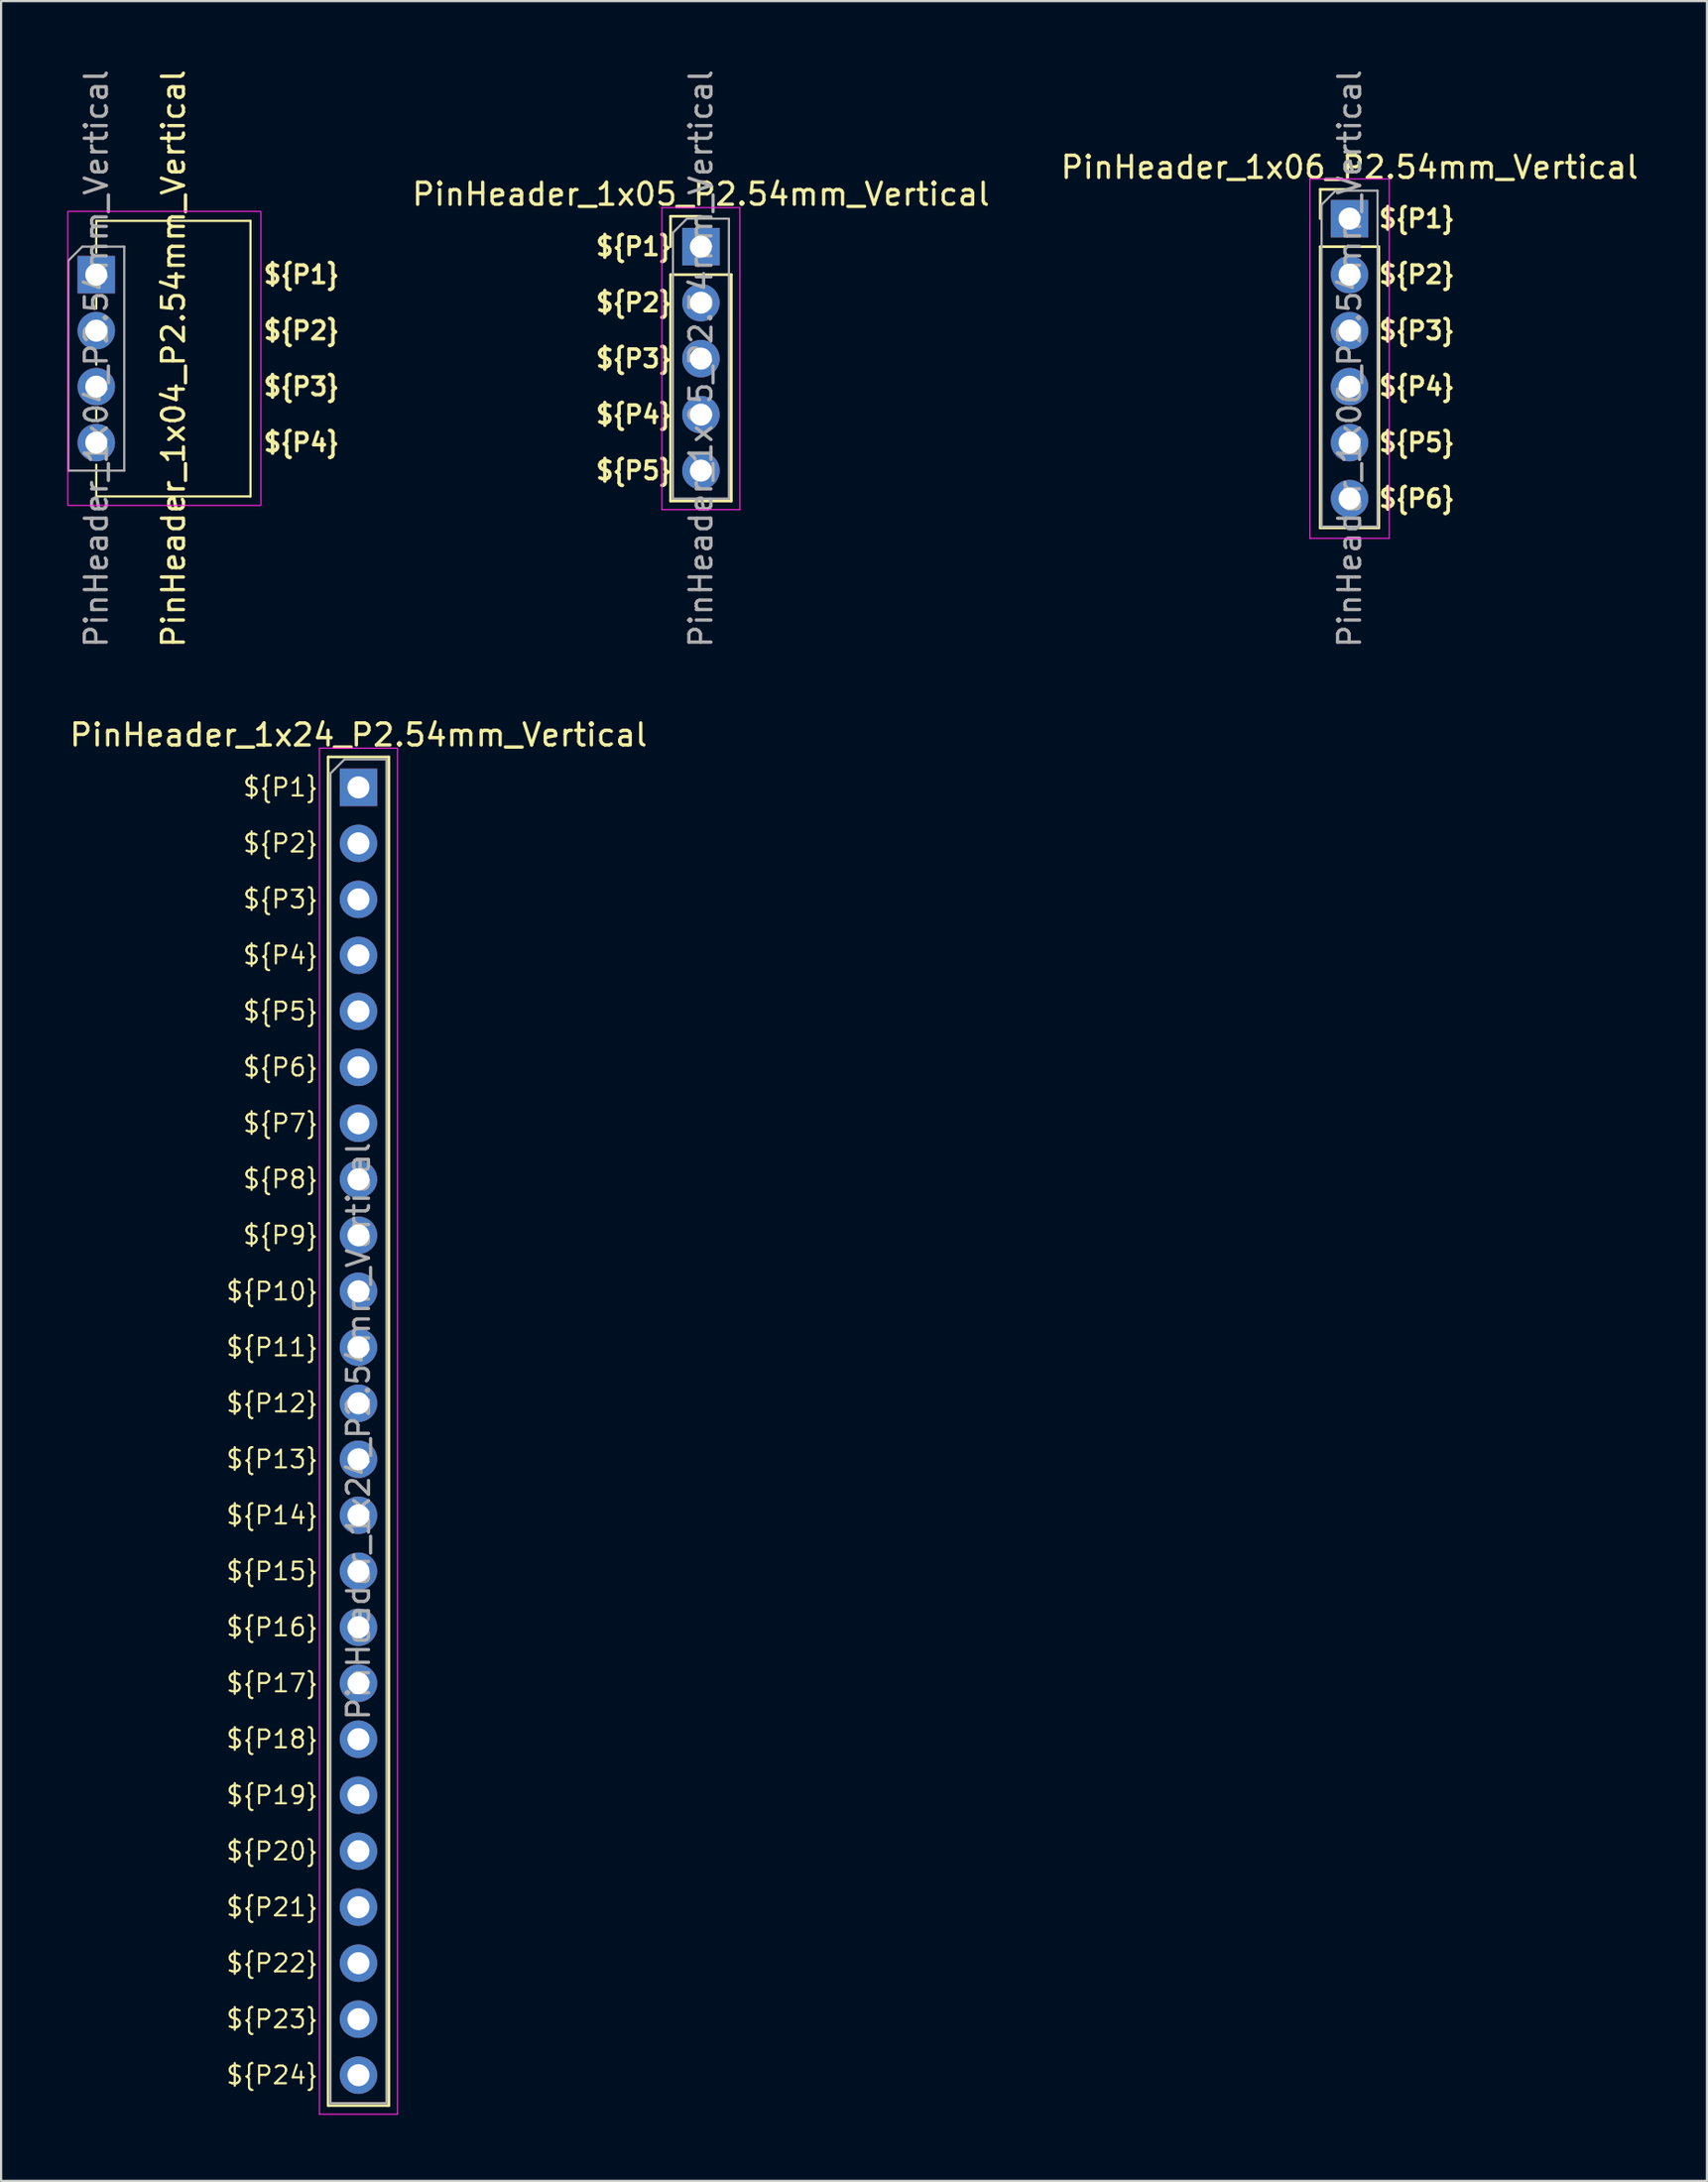
<source format=kicad_pcb>
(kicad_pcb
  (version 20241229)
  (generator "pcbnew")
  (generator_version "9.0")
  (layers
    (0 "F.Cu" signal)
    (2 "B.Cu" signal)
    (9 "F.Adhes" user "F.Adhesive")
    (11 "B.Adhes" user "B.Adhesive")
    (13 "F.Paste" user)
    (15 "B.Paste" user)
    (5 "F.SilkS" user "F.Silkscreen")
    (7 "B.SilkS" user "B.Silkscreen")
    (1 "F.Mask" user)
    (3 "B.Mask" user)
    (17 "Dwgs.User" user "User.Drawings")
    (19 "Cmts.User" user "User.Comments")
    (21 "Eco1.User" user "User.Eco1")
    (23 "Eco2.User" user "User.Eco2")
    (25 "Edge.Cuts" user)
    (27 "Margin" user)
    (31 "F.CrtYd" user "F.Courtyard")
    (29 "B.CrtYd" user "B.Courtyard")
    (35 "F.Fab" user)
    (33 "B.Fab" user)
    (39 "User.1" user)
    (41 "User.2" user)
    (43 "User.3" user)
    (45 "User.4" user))
  (footprint "PinHeader_1x04_P2.54mm_Vertical"
    (layer "F.Cu")
    (at 1.32 9.41)
    (property "Reference" "PinHeader_1x04_P2.54mm_Vertical" (at 3.5 3.81 90) (layer "F.SilkS") (effects (font (size 1 1) (thickness 0.15))))
    (attr through_hole)
    (fp_line (start 0 -2.44) (end 0 -1) (stroke (width 0.1) (type solid)) (layer "F.SilkS"))
    (fp_line (start 0 1.54) (end 0 1) (stroke (width 0.1) (type solid)) (layer "F.SilkS"))
    (fp_line (start 0 4.08) (end 0 3.54) (stroke (width 0.1) (type solid)) (layer "F.SilkS"))
    (fp_line (start 0 6.62) (end 0 6.08) (stroke (width 0.1) (type solid)) (layer "F.SilkS"))
    (fp_line (start 0 10.033) (end 0 8.62) (stroke (width 0.1) (type solid)) (layer "F.SilkS"))
    (fp_line (start 7 -2.44) (end 0 -2.44) (stroke (width 0.1) (type solid)) (layer "F.SilkS"))
    (fp_line (start 7 -2.44) (end 7 10.06) (stroke (width 0.1) (type default)) (layer "F.SilkS"))
    (fp_line (start 7 10.06) (end 0 10.06) (stroke (width 0.1) (type solid)) (layer "F.SilkS"))
    (fp_rect (start -1.292 -2.871) (end 7.47 10.469) (stroke (width 0.05) (type solid)) (fill no) (layer "F.CrtYd"))
    (fp_line (start -1.27 -0.635) (end -0.635 -1.27) (stroke (width 0.1) (type solid)) (layer "F.Fab"))
    (fp_line (start -1.27 8.89) (end -1.27 -0.635) (stroke (width 0.1) (type solid)) (layer "F.Fab"))
    (fp_line (start -0.635 -1.27) (end 1.27 -1.27) (stroke (width 0.1) (type solid)) (layer "F.Fab"))
    (fp_line (start 1.27 -1.27) (end 1.27 8.89) (stroke (width 0.1) (type solid)) (layer "F.Fab"))
    (fp_line (start 1.27 8.89) (end -1.27 8.89) (stroke (width 0.1) (type solid)) (layer "F.Fab"))
    (fp_text user "${P4}" (at 7.512 7.62 0) (layer "F.SilkS") (effects (font (size 0.8 0.8) (thickness 0.16) (bold yes)) (justify left)))
    (fp_text user "${P3}" (at 7.512 5.08 0) (layer "F.SilkS") (effects (font (size 0.8 0.8) (thickness 0.16) (bold yes)) (justify left)))
    (fp_text user "${P2}" (at 7.512 2.54 0) (layer "F.SilkS") (effects (font (size 0.8 0.8) (thickness 0.16) (bold yes)) (justify left)))
    (fp_text user "${P1}" (at 7.512 0 0) (layer "F.SilkS") (effects (font (size 0.8 0.8) (thickness 0.16) (bold yes)) (justify left)))
    (fp_text user "${REFERENCE}" (at 0 3.81 90) (layer "F.Fab") (effects (font (size 1 1) (thickness 0.15))))
    (pad "1" thru_hole rect (at 0 0) (size 1.7 1.7) (drill 1) (layers "*.Cu" "*.Mask"))
    (pad "2" thru_hole oval (at 0 2.54) (size 1.7 1.7) (drill 1) (layers "*.Cu" "*.Mask"))
    (pad "3" thru_hole oval (at 0 5.08) (size 1.7 1.7) (drill 1) (layers "*.Cu" "*.Mask"))
    (pad "4" thru_hole oval (at 0 7.62) (size 1.7 1.7) (drill 1) (layers "*.Cu" "*.Mask")))
  (footprint "PinHeader_1x05_P2.54mm_Vertical"
    (layer "F.Cu")
    (at 28.763 8.14)
    (property "Reference" "PinHeader_1x05_P2.54mm_Vertical" (at 0 -2.38 0) (layer "F.SilkS") (effects (font (size 1 1) (thickness 0.15))))
    (attr through_hole)
    (fp_line (start -1.38 -1.38) (end 0 -1.38) (stroke (width 0.12) (type solid)) (layer "F.SilkS"))
    (fp_line (start -1.38 0) (end -1.38 -1.38) (stroke (width 0.12) (type solid)) (layer "F.SilkS"))
    (fp_line (start -1.38 1.27) (end -1.38 11.54) (stroke (width 0.12) (type solid)) (layer "F.SilkS"))
    (fp_line (start -1.38 1.27) (end 1.38 1.27) (stroke (width 0.12) (type solid)) (layer "F.SilkS"))
    (fp_line (start -1.38 11.54) (end 1.38 11.54) (stroke (width 0.12) (type solid)) (layer "F.SilkS"))
    (fp_line (start 1.38 1.27) (end 1.38 11.54) (stroke (width 0.12) (type solid)) (layer "F.SilkS"))
    (fp_line (start -1.77 -1.77) (end -1.77 11.93) (stroke (width 0.05) (type solid)) (layer "F.CrtYd"))
    (fp_line (start -1.77 11.93) (end 1.77 11.93) (stroke (width 0.05) (type solid)) (layer "F.CrtYd"))
    (fp_line (start 1.77 -1.77) (end -1.77 -1.77) (stroke (width 0.05) (type solid)) (layer "F.CrtYd"))
    (fp_line (start 1.77 11.93) (end 1.77 -1.77) (stroke (width 0.05) (type solid)) (layer "F.CrtYd"))
    (fp_line (start -1.27 -0.635) (end -0.635 -1.27) (stroke (width 0.1) (type solid)) (layer "F.Fab"))
    (fp_line (start -1.27 11.43) (end -1.27 -0.635) (stroke (width 0.1) (type solid)) (layer "F.Fab"))
    (fp_line (start -0.635 -1.27) (end 1.27 -1.27) (stroke (width 0.1) (type solid)) (layer "F.Fab"))
    (fp_line (start 1.27 -1.27) (end 1.27 11.43) (stroke (width 0.1) (type solid)) (layer "F.Fab"))
    (fp_line (start 1.27 11.43) (end -1.27 11.43) (stroke (width 0.1) (type solid)) (layer "F.Fab"))
    (fp_text user "${P2}" (at -3.048 2.54 0) (layer "F.SilkS") (effects (font (size 0.8 0.8) (thickness 0.16) (bold yes))))
    (fp_text user "${P1}" (at -3.048 0 0) (layer "F.SilkS") (effects (font (size 0.8 0.8) (thickness 0.16) (bold yes))))
    (fp_text user "${P5}" (at -3.048 10.16 0) (layer "F.SilkS") (effects (font (size 0.8 0.8) (thickness 0.16) (bold yes))))
    (fp_text user "${P4}" (at -3.048 7.62 0) (layer "F.SilkS") (effects (font (size 0.8 0.8) (thickness 0.16) (bold yes))))
    (fp_text user "${P3}" (at -3.048 5.08 0) (layer "F.SilkS") (effects (font (size 0.8 0.8) (thickness 0.16) (bold yes))))
    (fp_text user "${REFERENCE}" (at 0 5.08 90) (layer "F.Fab") (effects (font (size 1 1) (thickness 0.15))))
    (pad "1" thru_hole rect (at 0 0) (size 1.7 1.7) (drill 1) (layers "*.Cu" "*.Mask"))
    (pad "2" thru_hole circle (at 0 2.54) (size 1.7 1.7) (drill 1) (layers "*.Cu" "*.Mask"))
    (pad "3" thru_hole circle (at 0 5.08) (size 1.7 1.7) (drill 1) (layers "*.Cu" "*.Mask"))
    (pad "4" thru_hole circle (at 0 7.62) (size 1.7 1.7) (drill 1) (layers "*.Cu" "*.Mask"))
    (pad "5" thru_hole circle (at 0 10.16) (size 1.7 1.7) (drill 1) (layers "*.Cu" "*.Mask")))
  (footprint "PinHeader_1x24_P2.54mm_Vertical"
    (layer "F.Cu")
    (at 13.22 32.669)
    (property "Reference" "PinHeader_1x24_P2.54mm_Vertical" (at 0 -2.38 0) (layer "F.SilkS") (effects (font (size 1 1) (thickness 0.15))))
    (attr through_hole)
    (fp_line (start -1.38 -1.38) (end -1.38 59.8) (stroke (width 0.12) (type solid)) (layer "F.SilkS"))
    (fp_line (start -1.38 -1.38) (end 1.38 -1.38) (stroke (width 0.12) (type solid)) (layer "F.SilkS"))
    (fp_line (start -1.38 59.8) (end 1.38 59.8) (stroke (width 0.12) (type solid)) (layer "F.SilkS"))
    (fp_line (start 1.38 -1.38) (end 1.38 59.8) (stroke (width 0.12) (type solid)) (layer "F.SilkS"))
    (fp_line (start -1.77 -1.78) (end -1.77 60.19) (stroke (width 0.05) (type solid)) (layer "F.CrtYd"))
    (fp_line (start -1.77 60.19) (end 1.77 60.19) (stroke (width 0.05) (type solid)) (layer "F.CrtYd"))
    (fp_line (start 1.77 -1.78) (end -1.77 -1.78) (stroke (width 0.05) (type solid)) (layer "F.CrtYd"))
    (fp_line (start 1.77 60.19) (end 1.77 -1.78) (stroke (width 0.05) (type solid)) (layer "F.CrtYd"))
    (fp_line (start -1.27 -0.635) (end -0.635 -1.27) (stroke (width 0.1) (type solid)) (layer "F.Fab"))
    (fp_line (start -1.27 59.69) (end -1.27 -0.635) (stroke (width 0.1) (type solid)) (layer "F.Fab"))
    (fp_line (start -0.635 -1.27) (end 1.27 -1.27) (stroke (width 0.1) (type solid)) (layer "F.Fab"))
    (fp_line (start 1.27 -1.27) (end 1.27 59.69) (stroke (width 0.1) (type solid)) (layer "F.Fab"))
    (fp_line (start 1.27 59.69) (end -1.27 59.69) (stroke (width 0.1) (type solid)) (layer "F.Fab"))
    (fp_text user "${P6}" (at -1.778 12.7 0) (unlocked yes) (layer "F.SilkS") (effects (font (size 0.8 0.8) (thickness 0.1)) (justify right)))
    (fp_text user "${P4}" (at -1.778 7.62 0) (unlocked yes) (layer "F.SilkS") (effects (font (size 0.8 0.8) (thickness 0.1)) (justify right)))
    (fp_text user "${P24}" (at -1.778 58.42 0) (unlocked yes) (layer "F.SilkS") (effects (font (size 0.8 0.8) (thickness 0.1)) (justify right)))
    (fp_text user "${P22}" (at -1.778 53.34 0) (unlocked yes) (layer "F.SilkS") (effects (font (size 0.8 0.8) (thickness 0.1)) (justify right)))
    (fp_text user "${P3}" (at -1.778 5.08 0) (unlocked yes) (layer "F.SilkS") (effects (font (size 0.8 0.8) (thickness 0.1)) (justify right)))
    (fp_text user "${P19}" (at -1.778 45.72 0) (unlocked yes) (layer "F.SilkS") (effects (font (size 0.8 0.8) (thickness 0.1)) (justify right)))
    (fp_text user "${P18}" (at -1.778 43.18 0) (unlocked yes) (layer "F.SilkS") (effects (font (size 0.8 0.8) (thickness 0.1)) (justify right)))
    (fp_text user "${P17}" (at -1.778 40.64 0) (unlocked yes) (layer "F.SilkS") (effects (font (size 0.8 0.8) (thickness 0.1)) (justify right)))
    (fp_text user "${P9}" (at -1.778 20.32 0) (unlocked yes) (layer "F.SilkS") (effects (font (size 0.8 0.8) (thickness 0.1)) (justify right)))
    (fp_text user "${P23}" (at -1.778 55.88 0) (unlocked yes) (layer "F.SilkS") (effects (font (size 0.8 0.8) (thickness 0.1)) (justify right)))
    (fp_text user "${P11}" (at -1.778 25.4 0) (unlocked yes) (layer "F.SilkS") (effects (font (size 0.8 0.8) (thickness 0.1)) (justify right)))
    (fp_text user "${P21}" (at -1.778 50.8 0) (unlocked yes) (layer "F.SilkS") (effects (font (size 0.8 0.8) (thickness 0.1)) (justify right)))
    (fp_text user "${P7}" (at -1.778 15.24 0) (unlocked yes) (layer "F.SilkS") (effects (font (size 0.8 0.8) (thickness 0.1)) (justify right)))
    (fp_text user "${P10}" (at -1.778 22.86 0) (unlocked yes) (layer "F.SilkS") (effects (font (size 0.8 0.8) (thickness 0.1)) (justify right)))
    (fp_text user "${P5}" (at -1.778 10.16 0) (unlocked yes) (layer "F.SilkS") (effects (font (size 0.8 0.8) (thickness 0.1)) (justify right)))
    (fp_text user "${P2}" (at -1.778 2.54 0) (unlocked yes) (layer "F.SilkS") (effects (font (size 0.8 0.8) (thickness 0.1)) (justify right)))
    (fp_text user "${P15}" (at -1.778 35.56 0) (unlocked yes) (layer "F.SilkS") (effects (font (size 0.8 0.8) (thickness 0.1)) (justify right)))
    (fp_text user "${P8}" (at -1.778 17.78 0) (unlocked yes) (layer "F.SilkS") (effects (font (size 0.8 0.8) (thickness 0.1)) (justify right)))
    (fp_text user "${P16}" (at -1.778 38.1 0) (unlocked yes) (layer "F.SilkS") (effects (font (size 0.8 0.8) (thickness 0.1)) (justify right)))
    (fp_text user "${P20}" (at -1.778 48.26 0) (unlocked yes) (layer "F.SilkS") (effects (font (size 0.8 0.8) (thickness 0.1)) (justify right)))
    (fp_text user "${P13}" (at -1.778 30.48 0) (unlocked yes) (layer "F.SilkS") (effects (font (size 0.8 0.8) (thickness 0.1)) (justify right)))
    (fp_text user "${P14}" (at -1.778 33.02 0) (unlocked yes) (layer "F.SilkS") (effects (font (size 0.8 0.8) (thickness 0.1)) (justify right)))
    (fp_text user "${P12}" (at -1.778 27.94 0) (unlocked yes) (layer "F.SilkS") (effects (font (size 0.8 0.8) (thickness 0.1)) (justify right)))
    (fp_text user "${P1}" (at -1.778 0 0) (unlocked yes) (layer "F.SilkS") (effects (font (size 0.8 0.8) (thickness 0.1)) (justify right)))
    (fp_text user "${REFERENCE}" (at 0 29.21 90) (layer "F.Fab") (effects (font (size 1 1) (thickness 0.15))))
    (pad "1" thru_hole rect (at 0 0) (size 1.7 1.7) (drill 1) (layers "*.Cu" "*.Mask"))
    (pad "2" thru_hole circle (at 0 2.54) (size 1.7 1.7) (drill 1) (layers "*.Cu" "*.Mask"))
    (pad "3" thru_hole circle (at 0 5.08) (size 1.7 1.7) (drill 1) (layers "*.Cu" "*.Mask"))
    (pad "4" thru_hole circle (at 0 7.62) (size 1.7 1.7) (drill 1) (layers "*.Cu" "*.Mask"))
    (pad "5" thru_hole circle (at 0 10.16) (size 1.7 1.7) (drill 1) (layers "*.Cu" "*.Mask"))
    (pad "6" thru_hole circle (at 0 12.7) (size 1.7 1.7) (drill 1) (layers "*.Cu" "*.Mask"))
    (pad "7" thru_hole circle (at 0 15.24) (size 1.7 1.7) (drill 1) (layers "*.Cu" "*.Mask"))
    (pad "8" thru_hole circle (at 0 17.78) (size 1.7 1.7) (drill 1) (layers "*.Cu" "*.Mask"))
    (pad "9" thru_hole circle (at 0 20.32) (size 1.7 1.7) (drill 1) (layers "*.Cu" "*.Mask"))
    (pad "10" thru_hole circle (at 0 22.86) (size 1.7 1.7) (drill 1) (layers "*.Cu" "*.Mask"))
    (pad "11" thru_hole circle (at 0 25.4) (size 1.7 1.7) (drill 1) (layers "*.Cu" "*.Mask"))
    (pad "12" thru_hole circle (at 0 27.94) (size 1.7 1.7) (drill 1) (layers "*.Cu" "*.Mask"))
    (pad "13" thru_hole circle (at 0 30.48) (size 1.7 1.7) (drill 1) (layers "*.Cu" "*.Mask"))
    (pad "14" thru_hole circle (at 0 33.02) (size 1.7 1.7) (drill 1) (layers "*.Cu" "*.Mask"))
    (pad "15" thru_hole circle (at 0 35.56) (size 1.7 1.7) (drill 1) (layers "*.Cu" "*.Mask"))
    (pad "16" thru_hole circle (at 0 38.1) (size 1.7 1.7) (drill 1) (layers "*.Cu" "*.Mask"))
    (pad "17" thru_hole circle (at 0 40.64) (size 1.7 1.7) (drill 1) (layers "*.Cu" "*.Mask"))
    (pad "18" thru_hole circle (at 0 43.18) (size 1.7 1.7) (drill 1) (layers "*.Cu" "*.Mask"))
    (pad "19" thru_hole circle (at 0 45.72) (size 1.7 1.7) (drill 1) (layers "*.Cu" "*.Mask"))
    (pad "20" thru_hole circle (at 0 48.26) (size 1.7 1.7) (drill 1) (layers "*.Cu" "*.Mask"))
    (pad "21" thru_hole circle (at 0 50.8) (size 1.7 1.7) (drill 1) (layers "*.Cu" "*.Mask"))
    (pad "22" thru_hole circle (at 0 53.34) (size 1.7 1.7) (drill 1) (layers "*.Cu" "*.Mask"))
    (pad "23" thru_hole circle (at 0 55.88) (size 1.7 1.7) (drill 1) (layers "*.Cu" "*.Mask"))
    (pad "24" thru_hole circle (at 0 58.42) (size 1.7 1.7) (drill 1) (layers "*.Cu" "*.Mask")))
  (footprint "PinHeader_1x06_P2.54mm_Vertical"
    (layer "F.Cu")
    (at 58.203 6.87)
    (property "Reference" "PinHeader_1x06_P2.54mm_Vertical" (at 0 -2.33 0) (layer "F.SilkS") (effects (font (size 1 1) (thickness 0.15))))
    (attr through_hole)
    (fp_line (start -1.33 -1.33) (end 0 -1.33) (stroke (width 0.12) (type solid)) (layer "F.SilkS"))
    (fp_line (start -1.33 0) (end -1.33 -1.33) (stroke (width 0.12) (type solid)) (layer "F.SilkS"))
    (fp_line (start -1.33 1.27) (end -1.33 14.03) (stroke (width 0.12) (type solid)) (layer "F.SilkS"))
    (fp_line (start -1.33 1.27) (end 1.33 1.27) (stroke (width 0.12) (type solid)) (layer "F.SilkS"))
    (fp_line (start -1.33 14.03) (end 1.33 14.03) (stroke (width 0.12) (type solid)) (layer "F.SilkS"))
    (fp_line (start 1.33 1.27) (end 1.33 14.03) (stroke (width 0.12) (type solid)) (layer "F.SilkS"))
    (fp_line (start -1.8 -1.8) (end -1.8 14.5) (stroke (width 0.05) (type solid)) (layer "F.CrtYd"))
    (fp_line (start -1.8 14.5) (end 1.8 14.5) (stroke (width 0.05) (type solid)) (layer "F.CrtYd"))
    (fp_line (start 1.8 -1.8) (end -1.8 -1.8) (stroke (width 0.05) (type solid)) (layer "F.CrtYd"))
    (fp_line (start 1.8 14.5) (end 1.8 -1.8) (stroke (width 0.05) (type solid)) (layer "F.CrtYd"))
    (fp_line (start -1.27 -0.635) (end -0.635 -1.27) (stroke (width 0.1) (type solid)) (layer "F.Fab"))
    (fp_line (start -1.27 13.97) (end -1.27 -0.635) (stroke (width 0.1) (type solid)) (layer "F.Fab"))
    (fp_line (start -0.635 -1.27) (end 1.27 -1.27) (stroke (width 0.1) (type solid)) (layer "F.Fab"))
    (fp_line (start 1.27 -1.27) (end 1.27 13.97) (stroke (width 0.1) (type solid)) (layer "F.Fab"))
    (fp_line (start 1.27 13.97) (end -1.27 13.97) (stroke (width 0.1) (type solid)) (layer "F.Fab"))
    (fp_text user "${P3}" (at 3.048 5.08 0) (layer "F.SilkS") (effects (font (size 0.8 0.8) (thickness 0.16) (bold yes))))
    (fp_text user "${P4}" (at 3.048 7.62 0) (layer "F.SilkS") (effects (font (size 0.8 0.8) (thickness 0.16) (bold yes))))
    (fp_text user "${P1}" (at 3.048 0 0) (layer "F.SilkS") (effects (font (size 0.8 0.8) (thickness 0.16) (bold yes))))
    (fp_text user "${P5}" (at 3.048 10.16 0) (layer "F.SilkS") (effects (font (size 0.8 0.8) (thickness 0.16) (bold yes))))
    (fp_text user "${P6}" (at 3.048 12.7 0) (layer "F.SilkS") (effects (font (size 0.8 0.8) (thickness 0.16) (bold yes))))
    (fp_text user "${P2}" (at 3.048 2.54 0) (layer "F.SilkS") (effects (font (size 0.8 0.8) (thickness 0.16) (bold yes))))
    (fp_text user "${REFERENCE}" (at 0 6.35 90) (layer "F.Fab") (effects (font (size 1 1) (thickness 0.15))))
    (pad "1" thru_hole rect (at 0 0) (size 1.7 1.7) (drill 1) (layers "*.Cu" "*.Mask"))
    (pad "2" thru_hole oval (at 0 2.54) (size 1.7 1.7) (drill 1) (layers "*.Cu" "*.Mask"))
    (pad "3" thru_hole oval (at 0 5.08) (size 1.7 1.7) (drill 1) (layers "*.Cu" "*.Mask"))
    (pad "4" thru_hole oval (at 0 7.62) (size 1.7 1.7) (drill 1) (layers "*.Cu" "*.Mask"))
    (pad "5" thru_hole oval (at 0 10.16) (size 1.7 1.7) (drill 1) (layers "*.Cu" "*.Mask"))
    (pad "6" thru_hole oval (at 0 12.7) (size 1.7 1.7) (drill 1) (layers "*.Cu" "*.Mask")))
  (gr_rect
    (start -3 -3)
    (end 74.423 95.884)
    (stroke (width 0.1) (type default))
    (fill no)
    (layer "Edge.Cuts")))
</source>
